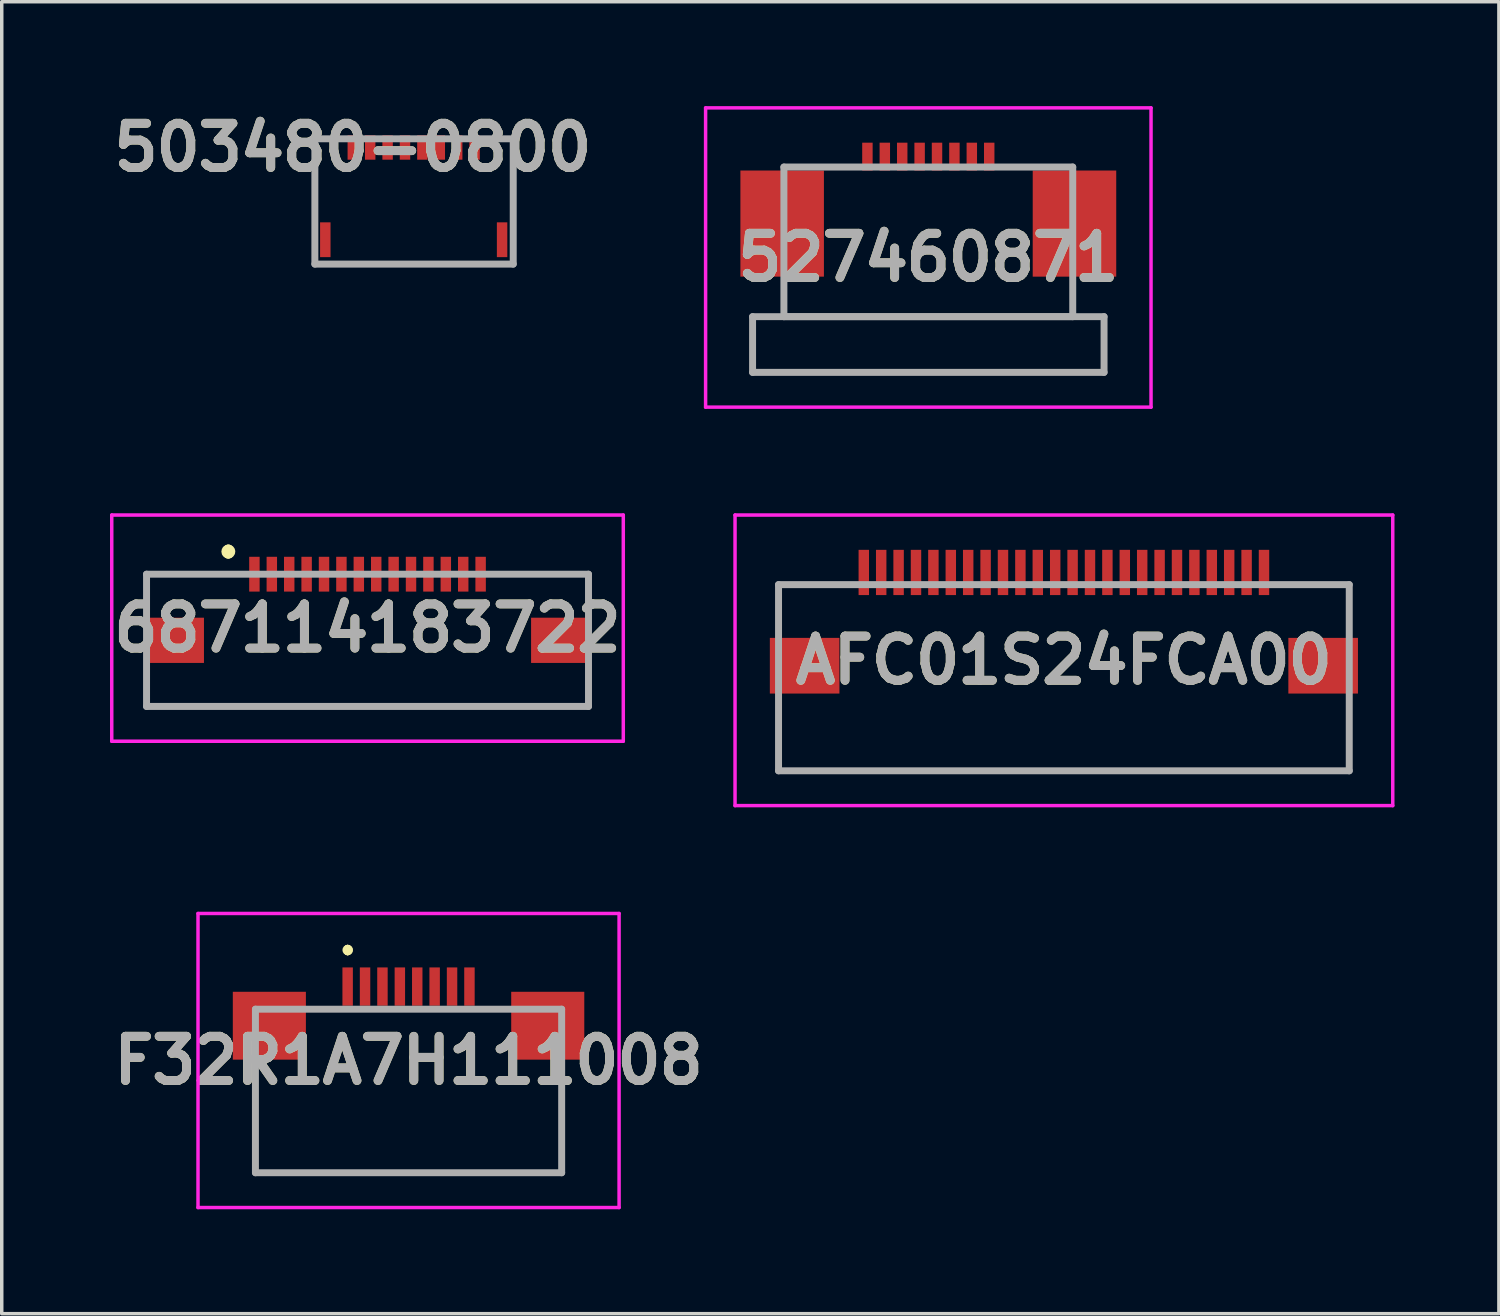
<source format=kicad_pcb>
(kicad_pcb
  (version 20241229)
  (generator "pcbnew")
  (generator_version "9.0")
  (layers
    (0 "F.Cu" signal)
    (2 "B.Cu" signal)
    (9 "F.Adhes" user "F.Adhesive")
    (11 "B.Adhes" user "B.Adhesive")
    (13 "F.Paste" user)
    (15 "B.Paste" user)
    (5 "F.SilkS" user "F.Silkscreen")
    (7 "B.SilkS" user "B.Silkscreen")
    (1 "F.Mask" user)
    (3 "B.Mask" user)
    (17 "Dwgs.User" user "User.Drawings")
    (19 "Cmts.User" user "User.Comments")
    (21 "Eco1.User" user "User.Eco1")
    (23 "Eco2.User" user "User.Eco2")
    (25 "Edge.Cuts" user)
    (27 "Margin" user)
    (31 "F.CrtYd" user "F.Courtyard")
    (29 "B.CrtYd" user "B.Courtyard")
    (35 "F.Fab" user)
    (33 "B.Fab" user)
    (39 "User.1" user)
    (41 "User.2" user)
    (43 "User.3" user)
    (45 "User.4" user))
  (footprint "F32R1A7H111008"
    (layer "F.Cu")
    (at 8.69 25.3)
    (property "Reference" "F32R1A7H111008" (at 0 2.125 0) (layer "F.SilkS") (effects (font (size 1.27 1.27) (thickness 0.254))))
    (attr smd)
    (fp_line (start -4.4 2.75) (end -4.4 5.35) (stroke (width 0.1) (type solid)) (layer "F.SilkS"))
    (fp_line (start -4.4 5.35) (end 4.4 5.35) (stroke (width 0.1) (type solid)) (layer "F.SilkS"))
    (fp_line (start -1.75 -1.1) (end -1.75 -1.1) (stroke (width 0.2) (type solid)) (layer "F.SilkS"))
    (fp_line (start -1.75 -1) (end -1.75 -1) (stroke (width 0.2) (type solid)) (layer "F.SilkS"))
    (fp_line (start -1.75 -1) (end -1.75 -1) (stroke (width 0.2) (type solid)) (layer "F.SilkS"))
    (fp_line (start 4.4 5.35) (end 4.4 2.75) (stroke (width 0.1) (type solid)) (layer "F.SilkS"))
    (fp_arc (start -1.75 -1.1) (mid -1.7 -1.05) (end -1.75 -1) (stroke (width 0.2) (type solid)) (layer "F.SilkS"))
    (fp_arc (start -1.75 -1.1) (mid -1.7 -1.05) (end -1.75 -1) (stroke (width 0.2) (type solid)) (layer "F.SilkS"))
    (fp_arc (start -1.75 -1) (mid -1.8 -1.05) (end -1.75 -1.1) (stroke (width 0.2) (type solid)) (layer "F.SilkS"))
    (fp_line (start -6.05 -2.1) (end 6.05 -2.1) (stroke (width 0.1) (type solid)) (layer "F.CrtYd"))
    (fp_line (start -6.05 6.35) (end -6.05 -2.1) (stroke (width 0.1) (type solid)) (layer "F.CrtYd"))
    (fp_line (start 6.05 -2.1) (end 6.05 6.35) (stroke (width 0.1) (type solid)) (layer "F.CrtYd"))
    (fp_line (start 6.05 6.35) (end -6.05 6.35) (stroke (width 0.1) (type solid)) (layer "F.CrtYd"))
    (fp_line (start -4.4 0.65) (end 4.4 0.65) (stroke (width 0.2) (type solid)) (layer "F.Fab"))
    (fp_line (start -4.4 5.35) (end -4.4 0.65) (stroke (width 0.2) (type solid)) (layer "F.Fab"))
    (fp_line (start 4.4 0.65) (end 4.4 5.35) (stroke (width 0.2) (type solid)) (layer "F.Fab"))
    (fp_line (start 4.4 5.35) (end -4.4 5.35) (stroke (width 0.2) (type solid)) (layer "F.Fab"))
    (fp_text user "${REFERENCE}" (at 0 2.125 0) (layer "F.Fab") (effects (font (size 1.27 1.27) (thickness 0.254))))
    (pad "1" smd rect (at -1.75 0) (size 0.3 1.1) (layers "F.Cu" "F.Mask" "F.Paste"))
    (pad "2" smd rect (at -1.25 0) (size 0.3 1.1) (layers "F.Cu" "F.Mask" "F.Paste"))
    (pad "3" smd rect (at -0.75 0) (size 0.3 1.1) (layers "F.Cu" "F.Mask" "F.Paste"))
    (pad "4" smd rect (at -0.25 0) (size 0.3 1.1) (layers "F.Cu" "F.Mask" "F.Paste"))
    (pad "5" smd rect (at 0.25 0) (size 0.3 1.1) (layers "F.Cu" "F.Mask" "F.Paste"))
    (pad "6" smd rect (at 0.75 0) (size 0.3 1.1) (layers "F.Cu" "F.Mask" "F.Paste"))
    (pad "7" smd rect (at 1.25 0) (size 0.3 1.1) (layers "F.Cu" "F.Mask" "F.Paste"))
    (pad "8" smd rect (at 1.75 0) (size 0.3 1.1) (layers "F.Cu" "F.Mask" "F.Paste"))
    (pad "MP1" smd rect (at -4 1.125 90) (size 1.95 2.1) (layers "F.Cu" "F.Mask" "F.Paste"))
    (pad "MP2" smd rect (at 4 1.125 90) (size 1.95 2.1) (layers "F.Cu" "F.Mask" "F.Paste")))
  (footprint "687114183722"
    (layer "F.Cu")
    (at 7.511 15.35)
    (property "Reference" "687114183722" (at 0 -0.35 0) (layer "F.SilkS") (effects (font (size 1.27 1.27) (thickness 0.254))))
    (attr smd)
    (fp_line (start -6.35 -1.9) (end -6.35 -0.9) (stroke (width 0.1) (type solid)) (layer "F.SilkS"))
    (fp_line (start -6.35 1.1) (end -6.35 1.9) (stroke (width 0.1) (type solid)) (layer "F.SilkS"))
    (fp_line (start -6.35 1.9) (end 6.35 1.9) (stroke (width 0.1) (type solid)) (layer "F.SilkS"))
    (fp_line (start -4 -2.6) (end -4 -2.6) (stroke (width 0.3) (type solid)) (layer "F.SilkS"))
    (fp_line (start -4 -2.5) (end -4 -2.5) (stroke (width 0.3) (type solid)) (layer "F.SilkS"))
    (fp_line (start -3.75 -1.9) (end -6.35 -1.9) (stroke (width 0.1) (type solid)) (layer "F.SilkS"))
    (fp_line (start 3.75 -1.9) (end 6.35 -1.9) (stroke (width 0.1) (type solid)) (layer "F.SilkS"))
    (fp_line (start 6.35 -1.9) (end 6.35 -0.9) (stroke (width 0.1) (type solid)) (layer "F.SilkS"))
    (fp_line (start 6.35 1.9) (end 6.35 1.1) (stroke (width 0.1) (type solid)) (layer "F.SilkS"))
    (fp_arc (start -4 -2.6) (mid -3.95 -2.55) (end -4 -2.5) (stroke (width 0.3) (type solid)) (layer "F.SilkS"))
    (fp_arc (start -4 -2.5) (mid -4.05 -2.55) (end -4 -2.6) (stroke (width 0.3) (type solid)) (layer "F.SilkS"))
    (fp_line (start -7.35 -3.6) (end 7.35 -3.6) (stroke (width 0.1) (type solid)) (layer "F.CrtYd"))
    (fp_line (start -7.35 2.9) (end -7.35 -3.6) (stroke (width 0.1) (type solid)) (layer "F.CrtYd"))
    (fp_line (start 7.35 -3.6) (end 7.35 2.9) (stroke (width 0.1) (type solid)) (layer "F.CrtYd"))
    (fp_line (start 7.35 2.9) (end -7.35 2.9) (stroke (width 0.1) (type solid)) (layer "F.CrtYd"))
    (fp_line (start -6.35 -1.9) (end 6.35 -1.9) (stroke (width 0.2) (type solid)) (layer "F.Fab"))
    (fp_line (start -6.35 1.9) (end -6.35 -1.9) (stroke (width 0.2) (type solid)) (layer "F.Fab"))
    (fp_line (start 6.35 -1.9) (end 6.35 1.9) (stroke (width 0.2) (type solid)) (layer "F.Fab"))
    (fp_line (start 6.35 1.9) (end -6.35 1.9) (stroke (width 0.2) (type solid)) (layer "F.Fab"))
    (fp_text user "${REFERENCE}" (at 0 -0.35 0) (layer "F.Fab") (effects (font (size 1.27 1.27) (thickness 0.254))))
    (pad "1" smd rect (at -3.25 -1.9) (size 0.3 1) (layers "F.Cu" "F.Mask" "F.Paste"))
    (pad "2" smd rect (at -2.75 -1.9) (size 0.3 1) (layers "F.Cu" "F.Mask" "F.Paste"))
    (pad "3" smd rect (at -2.25 -1.9) (size 0.3 1) (layers "F.Cu" "F.Mask" "F.Paste"))
    (pad "4" smd rect (at -1.75 -1.9) (size 0.3 1) (layers "F.Cu" "F.Mask" "F.Paste"))
    (pad "5" smd rect (at -1.25 -1.9) (size 0.3 1) (layers "F.Cu" "F.Mask" "F.Paste"))
    (pad "6" smd rect (at -0.75 -1.9) (size 0.3 1) (layers "F.Cu" "F.Mask" "F.Paste"))
    (pad "7" smd rect (at -0.25 -1.9) (size 0.3 1) (layers "F.Cu" "F.Mask" "F.Paste"))
    (pad "8" smd rect (at 0.25 -1.9) (size 0.3 1) (layers "F.Cu" "F.Mask" "F.Paste"))
    (pad "9" smd rect (at 0.75 -1.9) (size 0.3 1) (layers "F.Cu" "F.Mask" "F.Paste"))
    (pad "10" smd rect (at 1.25 -1.9) (size 0.3 1) (layers "F.Cu" "F.Mask" "F.Paste"))
    (pad "11" smd rect (at 1.75 -1.9) (size 0.3 1) (layers "F.Cu" "F.Mask" "F.Paste"))
    (pad "12" smd rect (at 2.25 -1.9) (size 0.3 1) (layers "F.Cu" "F.Mask" "F.Paste"))
    (pad "13" smd rect (at 2.75 -1.9) (size 0.3 1) (layers "F.Cu" "F.Mask" "F.Paste"))
    (pad "14" smd rect (at 3.25 -1.9) (size 0.3 1) (layers "F.Cu" "F.Mask" "F.Paste"))
    (pad "MH1" smd rect (at -5.525 0 90) (size 1.3 1.65) (layers "F.Cu" "F.Mask" "F.Paste"))
    (pad "MH2" smd rect (at 5.525 0 90) (size 1.3 1.65) (layers "F.Cu" "F.Mask" "F.Paste")))
  (footprint "503480-0800"
    (layer "F.Cu")
    (at 8.848 2.739)
    (property "Reference" "503480-0800" (at -1.76 -1.55 0) (layer "F.SilkS") (effects (font (size 1.27 1.27) (thickness 0.254))))
    (attr smd)
    (fp_line (start -2.85 -1.8) (end -2.85 1.8) (stroke (width 0.1) (type solid)) (layer "F.SilkS"))
    (fp_line (start -2.85 -1.8) (end -2.2 -1.8) (stroke (width 0.1) (type solid)) (layer "F.SilkS"))
    (fp_line (start -2.85 1.8) (end 2.85 1.8) (stroke (width 0.1) (type solid)) (layer "F.SilkS"))
    (fp_line (start 2.85 -1.8) (end 2.2 -1.8) (stroke (width 0.1) (type solid)) (layer "F.SilkS"))
    (fp_line (start 2.85 1.8) (end 2.85 -1.8) (stroke (width 0.1) (type solid)) (layer "F.SilkS"))
    (fp_line (start -2.85 -1.8) (end -2.85 1.8) (stroke (width 0.2) (type solid)) (layer "F.Fab"))
    (fp_line (start -2.85 1.8) (end 2.85 1.8) (stroke (width 0.2) (type solid)) (layer "F.Fab"))
    (fp_line (start 2.85 -1.8) (end -2.85 -1.8) (stroke (width 0.2) (type solid)) (layer "F.Fab"))
    (fp_line (start 2.85 1.8) (end 2.85 -1.8) (stroke (width 0.2) (type solid)) (layer "F.Fab"))
    (fp_text user "${REFERENCE}" (at -1.76 -1.55 0) (layer "F.Fab") (effects (font (size 1.27 1.27) (thickness 0.254))))
    (pad "1" smd rect (at -1.76 -1.55) (size 0.3 0.7) (layers "F.Cu" "F.Mask" "F.Paste"))
    (pad "2" smd rect (at -1.26 -1.55) (size 0.3 0.7) (layers "F.Cu" "F.Mask" "F.Paste"))
    (pad "3" smd rect (at -0.76 -1.55) (size 0.3 0.7) (layers "F.Cu" "F.Mask" "F.Paste"))
    (pad "4" smd rect (at -0.26 -1.55) (size 0.3 0.7) (layers "F.Cu" "F.Mask" "F.Paste"))
    (pad "5" smd rect (at 0.24 -1.55) (size 0.3 0.7) (layers "F.Cu" "F.Mask" "F.Paste"))
    (pad "6" smd rect (at 0.74 -1.55) (size 0.3 0.7) (layers "F.Cu" "F.Mask" "F.Paste"))
    (pad "7" smd rect (at 1.24 -1.55) (size 0.3 0.7) (layers "F.Cu" "F.Mask" "F.Paste"))
    (pad "8" smd rect (at 1.74 -1.55) (size 0.3 0.7) (layers "F.Cu" "F.Mask" "F.Paste"))
    (pad "9" smd rect (at -2.55 1.1) (size 0.3 1) (layers "F.Cu" "F.Mask" "F.Paste"))
    (pad "10" smd rect (at 2.53 1.1) (size 0.3 1) (layers "F.Cu" "F.Mask" "F.Paste")))
  (footprint "527460871"
    (layer "F.Cu")
    (at 23.626 1.75)
    (property "Reference" "527460871" (at 0 2.6 0) (layer "F.SilkS") (effects (font (size 1.27 1.27) (thickness 0.254))))
    (attr smd)
    (fp_line (start -4.15 3.5) (end -4.15 4.3) (stroke (width 0.1) (type solid)) (layer "F.SilkS"))
    (fp_line (start -4.15 4.3) (end 4.15 4.3) (stroke (width 0.1) (type solid)) (layer "F.SilkS"))
    (fp_line (start 4.15 3.5) (end 4.15 4.3) (stroke (width 0.1) (type solid)) (layer "F.SilkS"))
    (fp_line (start 4.15 4.3) (end 4.2 4.3) (stroke (width 0.1) (type solid)) (layer "F.SilkS"))
    (fp_line (start -6.4 -1.7) (end 6.4 -1.7) (stroke (width 0.1) (type solid)) (layer "F.CrtYd"))
    (fp_line (start -6.4 6.9) (end -6.4 -1.7) (stroke (width 0.1) (type solid)) (layer "F.CrtYd"))
    (fp_line (start 6.4 -1.7) (end 6.4 6.9) (stroke (width 0.1) (type solid)) (layer "F.CrtYd"))
    (fp_line (start 6.4 6.9) (end -6.4 6.9) (stroke (width 0.1) (type solid)) (layer "F.CrtYd"))
    (fp_line (start -5.05 4.3) (end 5.05 4.3) (stroke (width 0.2) (type solid)) (layer "F.Fab"))
    (fp_line (start -5.05 5.9) (end -5.05 4.3) (stroke (width 0.2) (type solid)) (layer "F.Fab"))
    (fp_line (start -4.15 0) (end 4.15 0) (stroke (width 0.2) (type solid)) (layer "F.Fab"))
    (fp_line (start -4.15 4.3) (end -4.15 0) (stroke (width 0.2) (type solid)) (layer "F.Fab"))
    (fp_line (start 4.15 0) (end 4.15 4.3) (stroke (width 0.2) (type solid)) (layer "F.Fab"))
    (fp_line (start 4.15 4.3) (end -4.15 4.3) (stroke (width 0.2) (type solid)) (layer "F.Fab"))
    (fp_line (start 5.05 4.3) (end 5.05 5.9) (stroke (width 0.2) (type solid)) (layer "F.Fab"))
    (fp_line (start 5.05 5.9) (end -5.05 5.9) (stroke (width 0.2) (type solid)) (layer "F.Fab"))
    (fp_text user "${REFERENCE}" (at 0 2.6 0) (layer "F.Fab") (effects (font (size 1.27 1.27) (thickness 0.254))))
    (pad "1" smd rect (at -1.75 -0.3) (size 0.3 0.8) (layers "F.Cu" "F.Mask" "F.Paste"))
    (pad "2" smd rect (at -1.25 -0.3) (size 0.3 0.8) (layers "F.Cu" "F.Mask" "F.Paste"))
    (pad "3" smd rect (at -0.75 -0.3) (size 0.3 0.8) (layers "F.Cu" "F.Mask" "F.Paste"))
    (pad "4" smd rect (at -0.25 -0.3) (size 0.3 0.8) (layers "F.Cu" "F.Mask" "F.Paste"))
    (pad "5" smd rect (at 0.25 -0.3) (size 0.3 0.8) (layers "F.Cu" "F.Mask" "F.Paste"))
    (pad "6" smd rect (at 0.75 -0.3) (size 0.3 0.8) (layers "F.Cu" "F.Mask" "F.Paste"))
    (pad "7" smd rect (at 1.25 -0.3) (size 0.3 0.8) (layers "F.Cu" "F.Mask" "F.Paste"))
    (pad "8" smd rect (at 1.75 -0.3) (size 0.3 0.8) (layers "F.Cu" "F.Mask" "F.Paste"))
    (pad "MP1" smd rect (at -4.2 1.625) (size 2.4 3.05) (layers "F.Cu" "F.Mask" "F.Paste"))
    (pad "MP2" smd rect (at 4.2 1.625) (size 2.4 3.05) (layers "F.Cu" "F.Mask" "F.Paste")))
  (footprint "AFC01S24FCA00"
    (layer "F.Cu")
    (at 27.522 13.75)
    (property "Reference" "AFC01S24FCA00" (at 0 2.175 0) (layer "F.SilkS") (effects (font (size 1.27 1.27) (thickness 0.254))))
    (attr smd)
    (fp_line (start -8.2 0) (end -8.2 1) (stroke (width 0.1) (type solid)) (layer "F.SilkS"))
    (fp_line (start -8.2 3.5) (end -8.2 5.35) (stroke (width 0.1) (type solid)) (layer "F.SilkS"))
    (fp_line (start -8.2 5.35) (end 8.2 5.35) (stroke (width 0.1) (type solid)) (layer "F.SilkS"))
    (fp_line (start -6.5 0) (end -8.2 0) (stroke (width 0.1) (type solid)) (layer "F.SilkS"))
    (fp_line (start 6.5 0) (end 8.2 0) (stroke (width 0.1) (type solid)) (layer "F.SilkS"))
    (fp_line (start 8.2 0) (end 8.2 1) (stroke (width 0.1) (type solid)) (layer "F.SilkS"))
    (fp_line (start 8.2 5.35) (end 8.2 3.5) (stroke (width 0.1) (type solid)) (layer "F.SilkS"))
    (fp_line (start -9.45 -2) (end 9.45 -2) (stroke (width 0.1) (type solid)) (layer "F.CrtYd"))
    (fp_line (start -9.45 6.35) (end -9.45 -2) (stroke (width 0.1) (type solid)) (layer "F.CrtYd"))
    (fp_line (start 9.45 -2) (end 9.45 6.35) (stroke (width 0.1) (type solid)) (layer "F.CrtYd"))
    (fp_line (start 9.45 6.35) (end -9.45 6.35) (stroke (width 0.1) (type solid)) (layer "F.CrtYd"))
    (fp_line (start -8.2 0) (end 8.2 0) (stroke (width 0.2) (type solid)) (layer "F.Fab"))
    (fp_line (start -8.2 5.35) (end -8.2 0) (stroke (width 0.2) (type solid)) (layer "F.Fab"))
    (fp_line (start 8.2 0) (end 8.2 5.35) (stroke (width 0.2) (type solid)) (layer "F.Fab"))
    (fp_line (start 8.2 5.35) (end -8.2 5.35) (stroke (width 0.2) (type solid)) (layer "F.Fab"))
    (fp_text user "${REFERENCE}" (at 0 2.175 0) (layer "F.Fab") (effects (font (size 1.27 1.27) (thickness 0.254))))
    (pad "1" smd rect (at -5.75 -0.35) (size 0.3 1.3) (layers "F.Cu" "F.Mask" "F.Paste"))
    (pad "2" smd rect (at -5.25 -0.35) (size 0.3 1.3) (layers "F.Cu" "F.Mask" "F.Paste"))
    (pad "3" smd rect (at -4.75 -0.35) (size 0.3 1.3) (layers "F.Cu" "F.Mask" "F.Paste"))
    (pad "4" smd rect (at -4.25 -0.35) (size 0.3 1.3) (layers "F.Cu" "F.Mask" "F.Paste"))
    (pad "5" smd rect (at -3.75 -0.35) (size 0.3 1.3) (layers "F.Cu" "F.Mask" "F.Paste"))
    (pad "6" smd rect (at -3.25 -0.35) (size 0.3 1.3) (layers "F.Cu" "F.Mask" "F.Paste"))
    (pad "7" smd rect (at -2.75 -0.35) (size 0.3 1.3) (layers "F.Cu" "F.Mask" "F.Paste"))
    (pad "8" smd rect (at -2.25 -0.35) (size 0.3 1.3) (layers "F.Cu" "F.Mask" "F.Paste"))
    (pad "9" smd rect (at -1.75 -0.35) (size 0.3 1.3) (layers "F.Cu" "F.Mask" "F.Paste"))
    (pad "10" smd rect (at -1.25 -0.35) (size 0.3 1.3) (layers "F.Cu" "F.Mask" "F.Paste"))
    (pad "11" smd rect (at -0.75 -0.35) (size 0.3 1.3) (layers "F.Cu" "F.Mask" "F.Paste"))
    (pad "12" smd rect (at -0.25 -0.35) (size 0.3 1.3) (layers "F.Cu" "F.Mask" "F.Paste"))
    (pad "13" smd rect (at 0.25 -0.35) (size 0.3 1.3) (layers "F.Cu" "F.Mask" "F.Paste"))
    (pad "14" smd rect (at 0.75 -0.35) (size 0.3 1.3) (layers "F.Cu" "F.Mask" "F.Paste"))
    (pad "15" smd rect (at 1.25 -0.35) (size 0.3 1.3) (layers "F.Cu" "F.Mask" "F.Paste"))
    (pad "16" smd rect (at 1.75 -0.35) (size 0.3 1.3) (layers "F.Cu" "F.Mask" "F.Paste"))
    (pad "17" smd rect (at 2.25 -0.35) (size 0.3 1.3) (layers "F.Cu" "F.Mask" "F.Paste"))
    (pad "18" smd rect (at 2.75 -0.35) (size 0.3 1.3) (layers "F.Cu" "F.Mask" "F.Paste"))
    (pad "19" smd rect (at 3.25 -0.35) (size 0.3 1.3) (layers "F.Cu" "F.Mask" "F.Paste"))
    (pad "20" smd rect (at 3.75 -0.35) (size 0.3 1.3) (layers "F.Cu" "F.Mask" "F.Paste"))
    (pad "21" smd rect (at 4.25 -0.35) (size 0.3 1.3) (layers "F.Cu" "F.Mask" "F.Paste"))
    (pad "22" smd rect (at 4.75 -0.35) (size 0.3 1.3) (layers "F.Cu" "F.Mask" "F.Paste"))
    (pad "23" smd rect (at 5.25 -0.35) (size 0.3 1.3) (layers "F.Cu" "F.Mask" "F.Paste"))
    (pad "24" smd rect (at 5.75 -0.35) (size 0.3 1.3) (layers "F.Cu" "F.Mask" "F.Paste"))
    (pad "25" smd rect (at -7.45 2.33 90) (size 1.6 2) (layers "F.Cu" "F.Mask" "F.Paste"))
    (pad "26" smd rect (at 7.45 2.33 90) (size 1.6 2) (layers "F.Cu" "F.Mask" "F.Paste")))
  (gr_rect
    (start -3 -3)
    (end 40.022 34.7)
    (stroke (width 0.1) (type default))
    (fill no)
    (layer "Edge.Cuts")))
</source>
